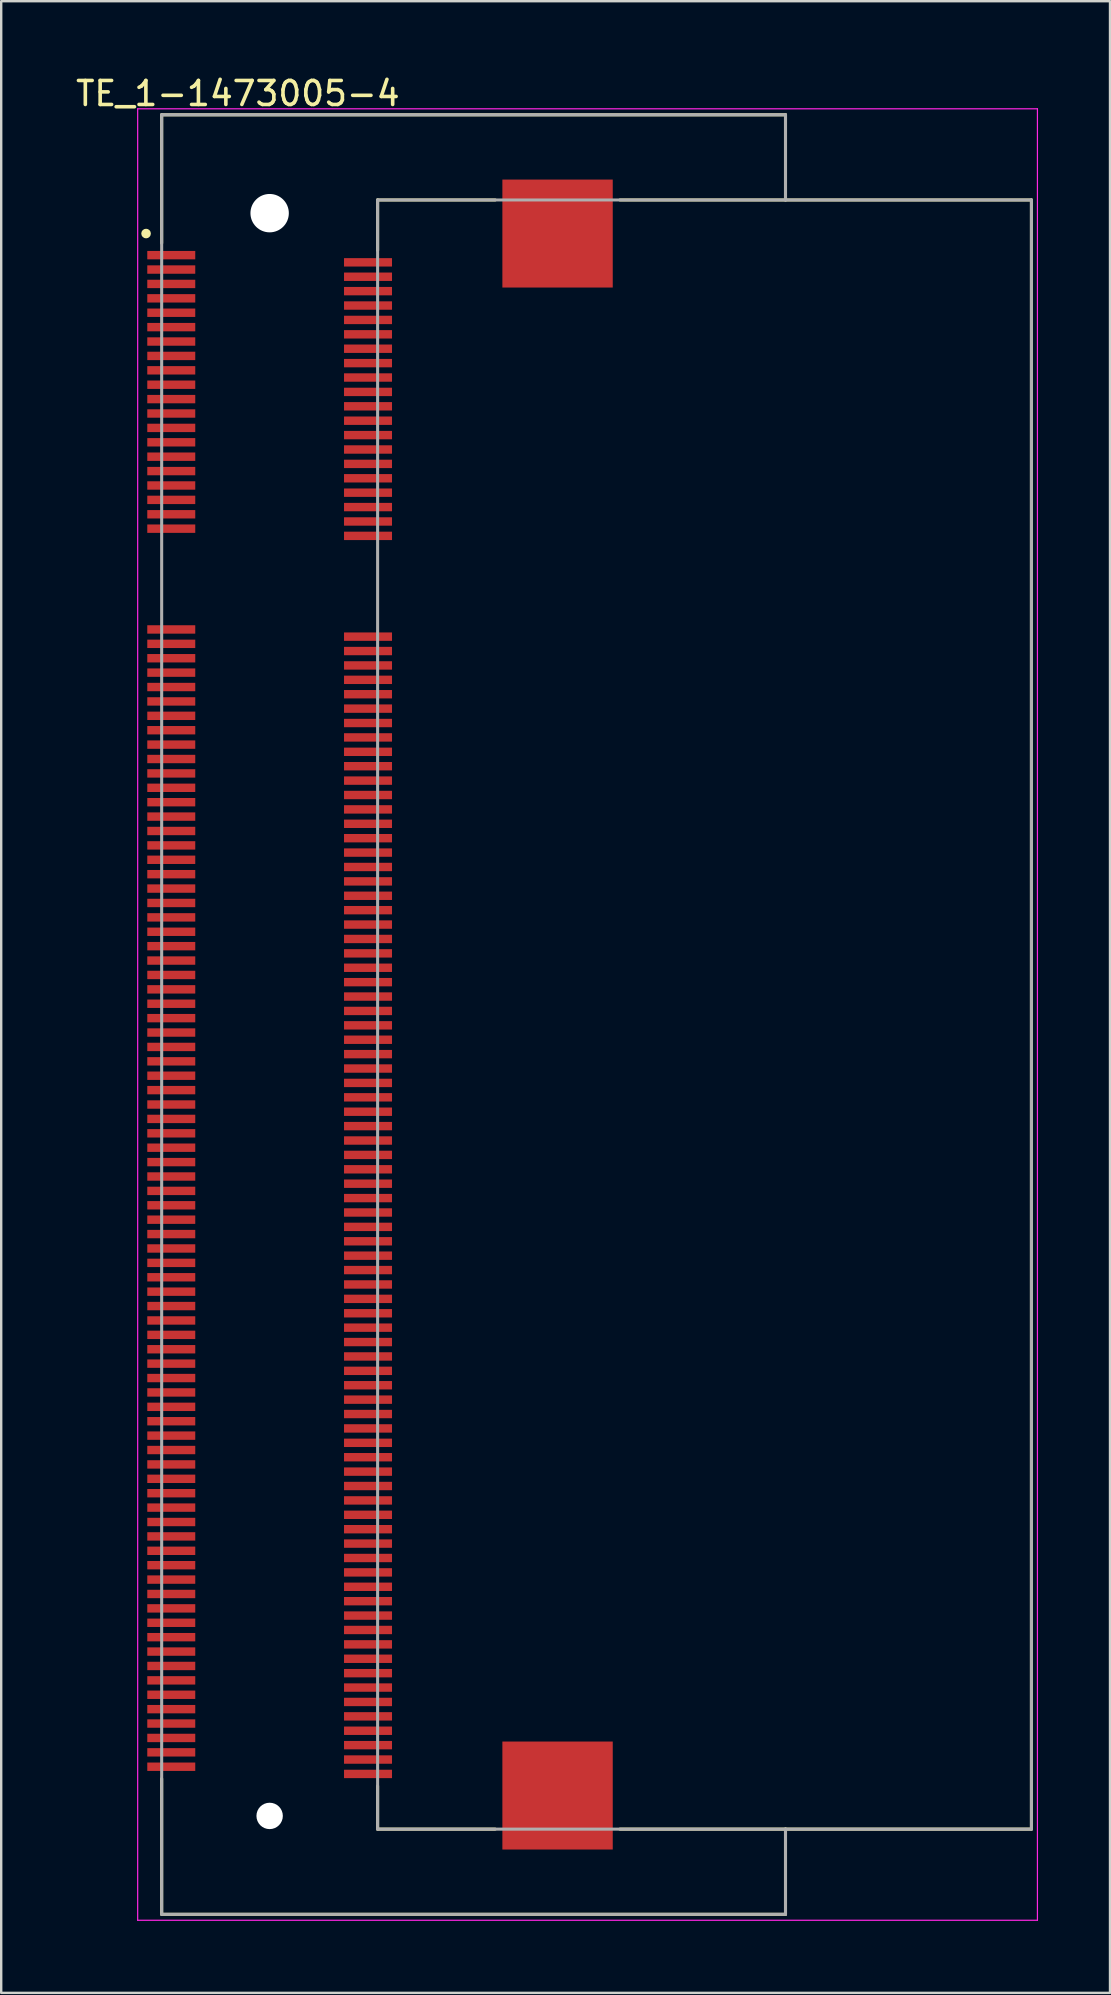
<source format=kicad_pcb>
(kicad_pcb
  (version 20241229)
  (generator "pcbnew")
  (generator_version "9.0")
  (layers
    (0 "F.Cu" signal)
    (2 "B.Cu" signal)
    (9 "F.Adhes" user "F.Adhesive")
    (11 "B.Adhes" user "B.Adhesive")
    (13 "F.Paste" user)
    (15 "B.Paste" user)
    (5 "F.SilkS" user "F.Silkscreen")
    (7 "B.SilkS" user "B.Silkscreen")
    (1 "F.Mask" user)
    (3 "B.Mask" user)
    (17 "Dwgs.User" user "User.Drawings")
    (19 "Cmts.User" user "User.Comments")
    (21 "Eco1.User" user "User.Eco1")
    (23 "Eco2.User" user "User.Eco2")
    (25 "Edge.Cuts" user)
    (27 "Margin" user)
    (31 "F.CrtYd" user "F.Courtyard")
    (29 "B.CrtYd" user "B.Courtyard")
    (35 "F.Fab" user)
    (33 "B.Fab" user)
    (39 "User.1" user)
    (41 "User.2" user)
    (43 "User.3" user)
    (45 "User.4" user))
  (footprint "TE_1-1473005-4"
    (layer "F.Cu")
    (at 8.188 39.234)
    (property "Reference" "TE_1-1473005-4" (at -1.325 -38.386 0) (layer "F.SilkS") (effects (font (size 1 1) (thickness 0.15))))
    (attr smd)
    (fp_line (start -4.5 -37.5) (end 21.5 -37.5) (stroke (width 0.127) (type solid)) (layer "F.SilkS"))
    (fp_line (start -4.5 -32.15) (end -4.5 -37.5) (stroke (width 0.127) (type solid)) (layer "F.SilkS"))
    (fp_line (start -4.5 37.5) (end -4.5 31.85) (stroke (width 0.127) (type solid)) (layer "F.SilkS"))
    (fp_line (start 4.5 -33.95) (end 9.4 -33.95) (stroke (width 0.127) (type solid)) (layer "F.SilkS"))
    (fp_line (start 4.5 -31.85) (end 4.5 -33.95) (stroke (width 0.127) (type solid)) (layer "F.SilkS"))
    (fp_line (start 4.5 32.15) (end 4.5 33.95) (stroke (width 0.127) (type solid)) (layer "F.SilkS"))
    (fp_line (start 4.5 33.95) (end 9.4 33.95) (stroke (width 0.127) (type solid)) (layer "F.SilkS"))
    (fp_line (start 14.6 -33.95) (end 31.75 -33.95) (stroke (width 0.127) (type solid)) (layer "F.SilkS"))
    (fp_line (start 21.5 -37.5) (end 21.5 -33.95) (stroke (width 0.127) (type solid)) (layer "F.SilkS"))
    (fp_line (start 21.5 33.95) (end 14.6 33.95) (stroke (width 0.127) (type solid)) (layer "F.SilkS"))
    (fp_line (start 21.5 33.95) (end 21.5 37.5) (stroke (width 0.127) (type solid)) (layer "F.SilkS"))
    (fp_line (start 21.5 37.5) (end -4.5 37.5) (stroke (width 0.127) (type solid)) (layer "F.SilkS"))
    (fp_line (start 31.75 -33.95) (end 31.75 33.95) (stroke (width 0.127) (type solid)) (layer "F.SilkS"))
    (fp_line (start 31.75 33.95) (end 21.5 33.95) (stroke (width 0.127) (type solid)) (layer "F.SilkS"))
    (fp_circle (center -5.15 -32.55) (end -5.05 -32.55) (stroke (width 0.2) (type solid)) (fill no) (layer "F.SilkS"))
    (fp_line (start -5.5 -37.75) (end 32 -37.75) (stroke (width 0.05) (type solid)) (layer "F.CrtYd"))
    (fp_line (start -5.5 37.75) (end -5.5 -37.75) (stroke (width 0.05) (type solid)) (layer "F.CrtYd"))
    (fp_line (start 32 -37.75) (end 32 37.75) (stroke (width 0.05) (type solid)) (layer "F.CrtYd"))
    (fp_line (start 32 37.75) (end -5.5 37.75) (stroke (width 0.05) (type solid)) (layer "F.CrtYd"))
    (fp_line (start -4.5 -37.5) (end 21.5 -37.5) (stroke (width 0.127) (type solid)) (layer "F.Fab"))
    (fp_line (start -4.5 37.5) (end -4.5 -37.5) (stroke (width 0.127) (type solid)) (layer "F.Fab"))
    (fp_line (start 4.5 -33.95) (end 4.5 33.95) (stroke (width 0.127) (type solid)) (layer "F.Fab"))
    (fp_line (start 4.5 33.95) (end 21.5 33.95) (stroke (width 0.127) (type solid)) (layer "F.Fab"))
    (fp_line (start 21.5 -37.5) (end 21.5 -33.95) (stroke (width 0.127) (type solid)) (layer "F.Fab"))
    (fp_line (start 21.5 -33.95) (end 4.5 -33.95) (stroke (width 0.127) (type solid)) (layer "F.Fab"))
    (fp_line (start 21.5 -33.95) (end 31.75 -33.95) (stroke (width 0.127) (type solid)) (layer "F.Fab"))
    (fp_line (start 21.5 33.95) (end 21.5 37.5) (stroke (width 0.127) (type solid)) (layer "F.Fab"))
    (fp_line (start 21.5 37.5) (end -4.5 37.5) (stroke (width 0.127) (type solid)) (layer "F.Fab"))
    (fp_line (start 31.75 -33.95) (end 31.75 33.95) (stroke (width 0.127) (type solid)) (layer "F.Fab"))
    (fp_line (start 31.75 33.95) (end 21.5 33.95) (stroke (width 0.127) (type solid)) (layer "F.Fab"))
    (pad "" np_thru_hole circle (at 0 -33.4) (size 1.6 1.6) (drill 1.6) (layers "*.Cu" "*.Mask"))
    (pad "" np_thru_hole circle (at 0 33.4) (size 1.1 1.1) (drill 1.1) (layers "*.Cu" "*.Mask"))
    (pad "1" smd rect (at -4.1 -31.65) (size 2 0.35) (layers "F.Cu" "F.Mask" "F.Paste"))
    (pad "2" smd rect (at 4.1 -31.35) (size 2 0.35) (layers "F.Cu" "F.Mask" "F.Paste"))
    (pad "3" smd rect (at -4.1 -31.05) (size 2 0.35) (layers "F.Cu" "F.Mask" "F.Paste"))
    (pad "4" smd rect (at 4.1 -30.75) (size 2 0.35) (layers "F.Cu" "F.Mask" "F.Paste"))
    (pad "5" smd rect (at -4.1 -30.45) (size 2 0.35) (layers "F.Cu" "F.Mask" "F.Paste"))
    (pad "6" smd rect (at 4.1 -30.15) (size 2 0.35) (layers "F.Cu" "F.Mask" "F.Paste"))
    (pad "7" smd rect (at -4.1 -29.85) (size 2 0.35) (layers "F.Cu" "F.Mask" "F.Paste"))
    (pad "8" smd rect (at 4.1 -29.55) (size 2 0.35) (layers "F.Cu" "F.Mask" "F.Paste"))
    (pad "9" smd rect (at -4.1 -29.25) (size 2 0.35) (layers "F.Cu" "F.Mask" "F.Paste"))
    (pad "10" smd rect (at 4.1 -28.95) (size 2 0.35) (layers "F.Cu" "F.Mask" "F.Paste"))
    (pad "11" smd rect (at -4.1 -28.65) (size 2 0.35) (layers "F.Cu" "F.Mask" "F.Paste"))
    (pad "12" smd rect (at 4.1 -28.35) (size 2 0.35) (layers "F.Cu" "F.Mask" "F.Paste"))
    (pad "13" smd rect (at -4.1 -28.05) (size 2 0.35) (layers "F.Cu" "F.Mask" "F.Paste"))
    (pad "14" smd rect (at 4.1 -27.75) (size 2 0.35) (layers "F.Cu" "F.Mask" "F.Paste"))
    (pad "15" smd rect (at -4.1 -27.45) (size 2 0.35) (layers "F.Cu" "F.Mask" "F.Paste"))
    (pad "16" smd rect (at 4.1 -27.15) (size 2 0.35) (layers "F.Cu" "F.Mask" "F.Paste"))
    (pad "17" smd rect (at -4.1 -26.85) (size 2 0.35) (layers "F.Cu" "F.Mask" "F.Paste"))
    (pad "18" smd rect (at 4.1 -26.55) (size 2 0.35) (layers "F.Cu" "F.Mask" "F.Paste"))
    (pad "19" smd rect (at -4.1 -26.25) (size 2 0.35) (layers "F.Cu" "F.Mask" "F.Paste"))
    (pad "20" smd rect (at 4.1 -25.95) (size 2 0.35) (layers "F.Cu" "F.Mask" "F.Paste"))
    (pad "21" smd rect (at -4.1 -25.65) (size 2 0.35) (layers "F.Cu" "F.Mask" "F.Paste"))
    (pad "22" smd rect (at 4.1 -25.35) (size 2 0.35) (layers "F.Cu" "F.Mask" "F.Paste"))
    (pad "23" smd rect (at -4.1 -25.05) (size 2 0.35) (layers "F.Cu" "F.Mask" "F.Paste"))
    (pad "24" smd rect (at 4.1 -24.75) (size 2 0.35) (layers "F.Cu" "F.Mask" "F.Paste"))
    (pad "25" smd rect (at -4.1 -24.45) (size 2 0.35) (layers "F.Cu" "F.Mask" "F.Paste"))
    (pad "26" smd rect (at 4.1 -24.15) (size 2 0.35) (layers "F.Cu" "F.Mask" "F.Paste"))
    (pad "27" smd rect (at -4.1 -23.85) (size 2 0.35) (layers "F.Cu" "F.Mask" "F.Paste"))
    (pad "28" smd rect (at 4.1 -23.55) (size 2 0.35) (layers "F.Cu" "F.Mask" "F.Paste"))
    (pad "29" smd rect (at -4.1 -23.25) (size 2 0.35) (layers "F.Cu" "F.Mask" "F.Paste"))
    (pad "30" smd rect (at 4.1 -22.95) (size 2 0.35) (layers "F.Cu" "F.Mask" "F.Paste"))
    (pad "31" smd rect (at -4.1 -22.65) (size 2 0.35) (layers "F.Cu" "F.Mask" "F.Paste"))
    (pad "32" smd rect (at 4.1 -22.35) (size 2 0.35) (layers "F.Cu" "F.Mask" "F.Paste"))
    (pad "33" smd rect (at -4.1 -22.05) (size 2 0.35) (layers "F.Cu" "F.Mask" "F.Paste"))
    (pad "34" smd rect (at 4.1 -21.75) (size 2 0.35) (layers "F.Cu" "F.Mask" "F.Paste"))
    (pad "35" smd rect (at -4.1 -21.45) (size 2 0.35) (layers "F.Cu" "F.Mask" "F.Paste"))
    (pad "36" smd rect (at 4.1 -21.15) (size 2 0.35) (layers "F.Cu" "F.Mask" "F.Paste"))
    (pad "37" smd rect (at -4.1 -20.85) (size 2 0.35) (layers "F.Cu" "F.Mask" "F.Paste"))
    (pad "38" smd rect (at 4.1 -20.55) (size 2 0.35) (layers "F.Cu" "F.Mask" "F.Paste"))
    (pad "39" smd rect (at -4.1 -20.25) (size 2 0.35) (layers "F.Cu" "F.Mask" "F.Paste"))
    (pad "40" smd rect (at 4.1 -19.95) (size 2 0.35) (layers "F.Cu" "F.Mask" "F.Paste"))
    (pad "41" smd rect (at -4.1 -16.05) (size 2 0.35) (layers "F.Cu" "F.Mask" "F.Paste"))
    (pad "42" smd rect (at 4.1 -15.75) (size 2 0.35) (layers "F.Cu" "F.Mask" "F.Paste"))
    (pad "43" smd rect (at -4.1 -15.45) (size 2 0.35) (layers "F.Cu" "F.Mask" "F.Paste"))
    (pad "44" smd rect (at 4.1 -15.15) (size 2 0.35) (layers "F.Cu" "F.Mask" "F.Paste"))
    (pad "45" smd rect (at -4.1 -14.85) (size 2 0.35) (layers "F.Cu" "F.Mask" "F.Paste"))
    (pad "46" smd rect (at 4.1 -14.55) (size 2 0.35) (layers "F.Cu" "F.Mask" "F.Paste"))
    (pad "47" smd rect (at -4.1 -14.25) (size 2 0.35) (layers "F.Cu" "F.Mask" "F.Paste"))
    (pad "48" smd rect (at 4.1 -13.95) (size 2 0.35) (layers "F.Cu" "F.Mask" "F.Paste"))
    (pad "49" smd rect (at -4.1 -13.65) (size 2 0.35) (layers "F.Cu" "F.Mask" "F.Paste"))
    (pad "50" smd rect (at 4.1 -13.35) (size 2 0.35) (layers "F.Cu" "F.Mask" "F.Paste"))
    (pad "51" smd rect (at -4.1 -13.05) (size 2 0.35) (layers "F.Cu" "F.Mask" "F.Paste"))
    (pad "52" smd rect (at 4.1 -12.75) (size 2 0.35) (layers "F.Cu" "F.Mask" "F.Paste"))
    (pad "53" smd rect (at -4.1 -12.45) (size 2 0.35) (layers "F.Cu" "F.Mask" "F.Paste"))
    (pad "54" smd rect (at 4.1 -12.15) (size 2 0.35) (layers "F.Cu" "F.Mask" "F.Paste"))
    (pad "55" smd rect (at -4.1 -11.85) (size 2 0.35) (layers "F.Cu" "F.Mask" "F.Paste"))
    (pad "56" smd rect (at 4.1 -11.55) (size 2 0.35) (layers "F.Cu" "F.Mask" "F.Paste"))
    (pad "57" smd rect (at -4.1 -11.25) (size 2 0.35) (layers "F.Cu" "F.Mask" "F.Paste"))
    (pad "58" smd rect (at 4.1 -10.95) (size 2 0.35) (layers "F.Cu" "F.Mask" "F.Paste"))
    (pad "59" smd rect (at -4.1 -10.65) (size 2 0.35) (layers "F.Cu" "F.Mask" "F.Paste"))
    (pad "60" smd rect (at 4.1 -10.35) (size 2 0.35) (layers "F.Cu" "F.Mask" "F.Paste"))
    (pad "61" smd rect (at -4.1 -10.05) (size 2 0.35) (layers "F.Cu" "F.Mask" "F.Paste"))
    (pad "62" smd rect (at 4.1 -9.75) (size 2 0.35) (layers "F.Cu" "F.Mask" "F.Paste"))
    (pad "63" smd rect (at -4.1 -9.45) (size 2 0.35) (layers "F.Cu" "F.Mask" "F.Paste"))
    (pad "64" smd rect (at 4.1 -9.15) (size 2 0.35) (layers "F.Cu" "F.Mask" "F.Paste"))
    (pad "65" smd rect (at -4.1 -8.85) (size 2 0.35) (layers "F.Cu" "F.Mask" "F.Paste"))
    (pad "66" smd rect (at 4.1 -8.55) (size 2 0.35) (layers "F.Cu" "F.Mask" "F.Paste"))
    (pad "67" smd rect (at -4.1 -8.25) (size 2 0.35) (layers "F.Cu" "F.Mask" "F.Paste"))
    (pad "68" smd rect (at 4.1 -7.95) (size 2 0.35) (layers "F.Cu" "F.Mask" "F.Paste"))
    (pad "69" smd rect (at -4.1 -7.65) (size 2 0.35) (layers "F.Cu" "F.Mask" "F.Paste"))
    (pad "70" smd rect (at 4.1 -7.35) (size 2 0.35) (layers "F.Cu" "F.Mask" "F.Paste"))
    (pad "71" smd rect (at -4.1 -7.05) (size 2 0.35) (layers "F.Cu" "F.Mask" "F.Paste"))
    (pad "72" smd rect (at 4.1 -6.75) (size 2 0.35) (layers "F.Cu" "F.Mask" "F.Paste"))
    (pad "73" smd rect (at -4.1 -6.45) (size 2 0.35) (layers "F.Cu" "F.Mask" "F.Paste"))
    (pad "74" smd rect (at 4.1 -6.15) (size 2 0.35) (layers "F.Cu" "F.Mask" "F.Paste"))
    (pad "75" smd rect (at -4.1 -5.85) (size 2 0.35) (layers "F.Cu" "F.Mask" "F.Paste"))
    (pad "76" smd rect (at 4.1 -5.55) (size 2 0.35) (layers "F.Cu" "F.Mask" "F.Paste"))
    (pad "77" smd rect (at -4.1 -5.25) (size 2 0.35) (layers "F.Cu" "F.Mask" "F.Paste"))
    (pad "78" smd rect (at 4.1 -4.95) (size 2 0.35) (layers "F.Cu" "F.Mask" "F.Paste"))
    (pad "79" smd rect (at -4.1 -4.65) (size 2 0.35) (layers "F.Cu" "F.Mask" "F.Paste"))
    (pad "80" smd rect (at 4.1 -4.35) (size 2 0.35) (layers "F.Cu" "F.Mask" "F.Paste"))
    (pad "81" smd rect (at -4.1 -4.05) (size 2 0.35) (layers "F.Cu" "F.Mask" "F.Paste"))
    (pad "82" smd rect (at 4.1 -3.75) (size 2 0.35) (layers "F.Cu" "F.Mask" "F.Paste"))
    (pad "83" smd rect (at -4.1 -3.45) (size 2 0.35) (layers "F.Cu" "F.Mask" "F.Paste"))
    (pad "84" smd rect (at 4.1 -3.15) (size 2 0.35) (layers "F.Cu" "F.Mask" "F.Paste"))
    (pad "85" smd rect (at -4.1 -2.85) (size 2 0.35) (layers "F.Cu" "F.Mask" "F.Paste"))
    (pad "86" smd rect (at 4.1 -2.55) (size 2 0.35) (layers "F.Cu" "F.Mask" "F.Paste"))
    (pad "87" smd rect (at -4.1 -2.25) (size 2 0.35) (layers "F.Cu" "F.Mask" "F.Paste"))
    (pad "88" smd rect (at 4.1 -1.95) (size 2 0.35) (layers "F.Cu" "F.Mask" "F.Paste"))
    (pad "89" smd rect (at -4.1 -1.65) (size 2 0.35) (layers "F.Cu" "F.Mask" "F.Paste"))
    (pad "90" smd rect (at 4.1 -1.35) (size 2 0.35) (layers "F.Cu" "F.Mask" "F.Paste"))
    (pad "91" smd rect (at -4.1 -1.05) (size 2 0.35) (layers "F.Cu" "F.Mask" "F.Paste"))
    (pad "92" smd rect (at 4.1 -0.75) (size 2 0.35) (layers "F.Cu" "F.Mask" "F.Paste"))
    (pad "93" smd rect (at -4.1 -0.45) (size 2 0.35) (layers "F.Cu" "F.Mask" "F.Paste"))
    (pad "94" smd rect (at 4.1 -0.15) (size 2 0.35) (layers "F.Cu" "F.Mask" "F.Paste"))
    (pad "95" smd rect (at -4.1 0.15) (size 2 0.35) (layers "F.Cu" "F.Mask" "F.Paste"))
    (pad "96" smd rect (at 4.1 0.45) (size 2 0.35) (layers "F.Cu" "F.Mask" "F.Paste"))
    (pad "97" smd rect (at -4.1 0.75) (size 2 0.35) (layers "F.Cu" "F.Mask" "F.Paste"))
    (pad "98" smd rect (at 4.1 1.05) (size 2 0.35) (layers "F.Cu" "F.Mask" "F.Paste"))
    (pad "99" smd rect (at -4.1 1.35) (size 2 0.35) (layers "F.Cu" "F.Mask" "F.Paste"))
    (pad "100" smd rect (at 4.1 1.65) (size 2 0.35) (layers "F.Cu" "F.Mask" "F.Paste"))
    (pad "101" smd rect (at -4.1 1.95) (size 2 0.35) (layers "F.Cu" "F.Mask" "F.Paste"))
    (pad "102" smd rect (at 4.1 2.25) (size 2 0.35) (layers "F.Cu" "F.Mask" "F.Paste"))
    (pad "103" smd rect (at -4.1 2.55) (size 2 0.35) (layers "F.Cu" "F.Mask" "F.Paste"))
    (pad "104" smd rect (at 4.1 2.85) (size 2 0.35) (layers "F.Cu" "F.Mask" "F.Paste"))
    (pad "105" smd rect (at -4.1 3.15) (size 2 0.35) (layers "F.Cu" "F.Mask" "F.Paste"))
    (pad "106" smd rect (at 4.1 3.45) (size 2 0.35) (layers "F.Cu" "F.Mask" "F.Paste"))
    (pad "107" smd rect (at -4.1 3.75) (size 2 0.35) (layers "F.Cu" "F.Mask" "F.Paste"))
    (pad "108" smd rect (at 4.1 4.05) (size 2 0.35) (layers "F.Cu" "F.Mask" "F.Paste"))
    (pad "109" smd rect (at -4.1 4.35) (size 2 0.35) (layers "F.Cu" "F.Mask" "F.Paste"))
    (pad "110" smd rect (at 4.1 4.65) (size 2 0.35) (layers "F.Cu" "F.Mask" "F.Paste"))
    (pad "111" smd rect (at -4.1 4.95) (size 2 0.35) (layers "F.Cu" "F.Mask" "F.Paste"))
    (pad "112" smd rect (at 4.1 5.25) (size 2 0.35) (layers "F.Cu" "F.Mask" "F.Paste"))
    (pad "113" smd rect (at -4.1 5.55) (size 2 0.35) (layers "F.Cu" "F.Mask" "F.Paste"))
    (pad "114" smd rect (at 4.1 5.85) (size 2 0.35) (layers "F.Cu" "F.Mask" "F.Paste"))
    (pad "115" smd rect (at -4.1 6.15) (size 2 0.35) (layers "F.Cu" "F.Mask" "F.Paste"))
    (pad "116" smd rect (at 4.1 6.45) (size 2 0.35) (layers "F.Cu" "F.Mask" "F.Paste"))
    (pad "117" smd rect (at -4.1 6.75) (size 2 0.35) (layers "F.Cu" "F.Mask" "F.Paste"))
    (pad "118" smd rect (at 4.1 7.05) (size 2 0.35) (layers "F.Cu" "F.Mask" "F.Paste"))
    (pad "119" smd rect (at -4.1 7.35) (size 2 0.35) (layers "F.Cu" "F.Mask" "F.Paste"))
    (pad "120" smd rect (at 4.1 7.65) (size 2 0.35) (layers "F.Cu" "F.Mask" "F.Paste"))
    (pad "121" smd rect (at -4.1 7.95) (size 2 0.35) (layers "F.Cu" "F.Mask" "F.Paste"))
    (pad "122" smd rect (at 4.1 8.25) (size 2 0.35) (layers "F.Cu" "F.Mask" "F.Paste"))
    (pad "123" smd rect (at -4.1 8.55) (size 2 0.35) (layers "F.Cu" "F.Mask" "F.Paste"))
    (pad "124" smd rect (at 4.1 8.85) (size 2 0.35) (layers "F.Cu" "F.Mask" "F.Paste"))
    (pad "125" smd rect (at -4.1 9.15) (size 2 0.35) (layers "F.Cu" "F.Mask" "F.Paste"))
    (pad "126" smd rect (at 4.1 9.45) (size 2 0.35) (layers "F.Cu" "F.Mask" "F.Paste"))
    (pad "127" smd rect (at -4.1 9.75) (size 2 0.35) (layers "F.Cu" "F.Mask" "F.Paste"))
    (pad "128" smd rect (at 4.1 10.05) (size 2 0.35) (layers "F.Cu" "F.Mask" "F.Paste"))
    (pad "129" smd rect (at -4.1 10.35) (size 2 0.35) (layers "F.Cu" "F.Mask" "F.Paste"))
    (pad "130" smd rect (at 4.1 10.65) (size 2 0.35) (layers "F.Cu" "F.Mask" "F.Paste"))
    (pad "131" smd rect (at -4.1 10.95) (size 2 0.35) (layers "F.Cu" "F.Mask" "F.Paste"))
    (pad "132" smd rect (at 4.1 11.25) (size 2 0.35) (layers "F.Cu" "F.Mask" "F.Paste"))
    (pad "133" smd rect (at -4.1 11.55) (size 2 0.35) (layers "F.Cu" "F.Mask" "F.Paste"))
    (pad "134" smd rect (at 4.1 11.85) (size 2 0.35) (layers "F.Cu" "F.Mask" "F.Paste"))
    (pad "135" smd rect (at -4.1 12.15) (size 2 0.35) (layers "F.Cu" "F.Mask" "F.Paste"))
    (pad "136" smd rect (at 4.1 12.45) (size 2 0.35) (layers "F.Cu" "F.Mask" "F.Paste"))
    (pad "137" smd rect (at -4.1 12.75) (size 2 0.35) (layers "F.Cu" "F.Mask" "F.Paste"))
    (pad "138" smd rect (at 4.1 13.05) (size 2 0.35) (layers "F.Cu" "F.Mask" "F.Paste"))
    (pad "139" smd rect (at -4.1 13.35) (size 2 0.35) (layers "F.Cu" "F.Mask" "F.Paste"))
    (pad "140" smd rect (at 4.1 13.65) (size 2 0.35) (layers "F.Cu" "F.Mask" "F.Paste"))
    (pad "141" smd rect (at -4.1 13.95) (size 2 0.35) (layers "F.Cu" "F.Mask" "F.Paste"))
    (pad "142" smd rect (at 4.1 14.25) (size 2 0.35) (layers "F.Cu" "F.Mask" "F.Paste"))
    (pad "143" smd rect (at -4.1 14.55) (size 2 0.35) (layers "F.Cu" "F.Mask" "F.Paste"))
    (pad "144" smd rect (at 4.1 14.85) (size 2 0.35) (layers "F.Cu" "F.Mask" "F.Paste"))
    (pad "145" smd rect (at -4.1 15.15) (size 2 0.35) (layers "F.Cu" "F.Mask" "F.Paste"))
    (pad "146" smd rect (at 4.1 15.45) (size 2 0.35) (layers "F.Cu" "F.Mask" "F.Paste"))
    (pad "147" smd rect (at -4.1 15.75) (size 2 0.35) (layers "F.Cu" "F.Mask" "F.Paste"))
    (pad "148" smd rect (at 4.1 16.05) (size 2 0.35) (layers "F.Cu" "F.Mask" "F.Paste"))
    (pad "149" smd rect (at -4.1 16.35) (size 2 0.35) (layers "F.Cu" "F.Mask" "F.Paste"))
    (pad "150" smd rect (at 4.1 16.65) (size 2 0.35) (layers "F.Cu" "F.Mask" "F.Paste"))
    (pad "151" smd rect (at -4.1 16.95) (size 2 0.35) (layers "F.Cu" "F.Mask" "F.Paste"))
    (pad "152" smd rect (at 4.1 17.25) (size 2 0.35) (layers "F.Cu" "F.Mask" "F.Paste"))
    (pad "153" smd rect (at -4.1 17.55) (size 2 0.35) (layers "F.Cu" "F.Mask" "F.Paste"))
    (pad "154" smd rect (at 4.1 17.85) (size 2 0.35) (layers "F.Cu" "F.Mask" "F.Paste"))
    (pad "155" smd rect (at -4.1 18.15) (size 2 0.35) (layers "F.Cu" "F.Mask" "F.Paste"))
    (pad "156" smd rect (at 4.1 18.45) (size 2 0.35) (layers "F.Cu" "F.Mask" "F.Paste"))
    (pad "157" smd rect (at -4.1 18.75) (size 2 0.35) (layers "F.Cu" "F.Mask" "F.Paste"))
    (pad "158" smd rect (at 4.1 19.05) (size 2 0.35) (layers "F.Cu" "F.Mask" "F.Paste"))
    (pad "159" smd rect (at -4.1 19.35) (size 2 0.35) (layers "F.Cu" "F.Mask" "F.Paste"))
    (pad "160" smd rect (at 4.1 19.65) (size 2 0.35) (layers "F.Cu" "F.Mask" "F.Paste"))
    (pad "161" smd rect (at -4.1 19.95) (size 2 0.35) (layers "F.Cu" "F.Mask" "F.Paste"))
    (pad "162" smd rect (at 4.1 20.25) (size 2 0.35) (layers "F.Cu" "F.Mask" "F.Paste"))
    (pad "163" smd rect (at -4.1 20.55) (size 2 0.35) (layers "F.Cu" "F.Mask" "F.Paste"))
    (pad "164" smd rect (at 4.1 20.85) (size 2 0.35) (layers "F.Cu" "F.Mask" "F.Paste"))
    (pad "165" smd rect (at -4.1 21.15) (size 2 0.35) (layers "F.Cu" "F.Mask" "F.Paste"))
    (pad "166" smd rect (at 4.1 21.45) (size 2 0.35) (layers "F.Cu" "F.Mask" "F.Paste"))
    (pad "167" smd rect (at -4.1 21.75) (size 2 0.35) (layers "F.Cu" "F.Mask" "F.Paste"))
    (pad "168" smd rect (at 4.1 22.05) (size 2 0.35) (layers "F.Cu" "F.Mask" "F.Paste"))
    (pad "169" smd rect (at -4.1 22.35) (size 2 0.35) (layers "F.Cu" "F.Mask" "F.Paste"))
    (pad "170" smd rect (at 4.1 22.65) (size 2 0.35) (layers "F.Cu" "F.Mask" "F.Paste"))
    (pad "171" smd rect (at -4.1 22.95) (size 2 0.35) (layers "F.Cu" "F.Mask" "F.Paste"))
    (pad "172" smd rect (at 4.1 23.25) (size 2 0.35) (layers "F.Cu" "F.Mask" "F.Paste"))
    (pad "173" smd rect (at -4.1 23.55) (size 2 0.35) (layers "F.Cu" "F.Mask" "F.Paste"))
    (pad "174" smd rect (at 4.1 23.85) (size 2 0.35) (layers "F.Cu" "F.Mask" "F.Paste"))
    (pad "175" smd rect (at -4.1 24.15) (size 2 0.35) (layers "F.Cu" "F.Mask" "F.Paste"))
    (pad "176" smd rect (at 4.1 24.45) (size 2 0.35) (layers "F.Cu" "F.Mask" "F.Paste"))
    (pad "177" smd rect (at -4.1 24.75) (size 2 0.35) (layers "F.Cu" "F.Mask" "F.Paste"))
    (pad "178" smd rect (at 4.1 25.05) (size 2 0.35) (layers "F.Cu" "F.Mask" "F.Paste"))
    (pad "179" smd rect (at -4.1 25.35) (size 2 0.35) (layers "F.Cu" "F.Mask" "F.Paste"))
    (pad "180" smd rect (at 4.1 25.65) (size 2 0.35) (layers "F.Cu" "F.Mask" "F.Paste"))
    (pad "181" smd rect (at -4.1 25.95) (size 2 0.35) (layers "F.Cu" "F.Mask" "F.Paste"))
    (pad "182" smd rect (at 4.1 26.25) (size 2 0.35) (layers "F.Cu" "F.Mask" "F.Paste"))
    (pad "183" smd rect (at -4.1 26.55) (size 2 0.35) (layers "F.Cu" "F.Mask" "F.Paste"))
    (pad "184" smd rect (at 4.1 26.85) (size 2 0.35) (layers "F.Cu" "F.Mask" "F.Paste"))
    (pad "185" smd rect (at -4.1 27.15) (size 2 0.35) (layers "F.Cu" "F.Mask" "F.Paste"))
    (pad "186" smd rect (at 4.1 27.45) (size 2 0.35) (layers "F.Cu" "F.Mask" "F.Paste"))
    (pad "187" smd rect (at -4.1 27.75) (size 2 0.35) (layers "F.Cu" "F.Mask" "F.Paste"))
    (pad "188" smd rect (at 4.1 28.05) (size 2 0.35) (layers "F.Cu" "F.Mask" "F.Paste"))
    (pad "189" smd rect (at -4.1 28.35) (size 2 0.35) (layers "F.Cu" "F.Mask" "F.Paste"))
    (pad "190" smd rect (at 4.1 28.65) (size 2 0.35) (layers "F.Cu" "F.Mask" "F.Paste"))
    (pad "191" smd rect (at -4.1 28.95) (size 2 0.35) (layers "F.Cu" "F.Mask" "F.Paste"))
    (pad "192" smd rect (at 4.1 29.25) (size 2 0.35) (layers "F.Cu" "F.Mask" "F.Paste"))
    (pad "193" smd rect (at -4.1 29.55) (size 2 0.35) (layers "F.Cu" "F.Mask" "F.Paste"))
    (pad "194" smd rect (at 4.1 29.85) (size 2 0.35) (layers "F.Cu" "F.Mask" "F.Paste"))
    (pad "195" smd rect (at -4.1 30.15) (size 2 0.35) (layers "F.Cu" "F.Mask" "F.Paste"))
    (pad "196" smd rect (at 4.1 30.45) (size 2 0.35) (layers "F.Cu" "F.Mask" "F.Paste"))
    (pad "197" smd rect (at -4.1 30.75) (size 2 0.35) (layers "F.Cu" "F.Mask" "F.Paste"))
    (pad "198" smd rect (at 4.1 31.05) (size 2 0.35) (layers "F.Cu" "F.Mask" "F.Paste"))
    (pad "199" smd rect (at -4.1 31.35) (size 2 0.35) (layers "F.Cu" "F.Mask" "F.Paste"))
    (pad "200" smd rect (at 4.1 31.65) (size 2 0.35) (layers "F.Cu" "F.Mask" "F.Paste"))
    (pad "P1" smd rect (at 12 -32.55) (size 4.6 4.5) (layers "F.Cu" "F.Mask" "F.Paste"))
    (pad "P2" smd rect (at 12 32.55) (size 4.6 4.5) (layers "F.Cu" "F.Mask" "F.Paste")))
  (gr_rect
    (start -3 -3)
    (end 43.213 80.009)
    (stroke (width 0.1) (type default))
    (fill no)
    (layer "Edge.Cuts")))
</source>
